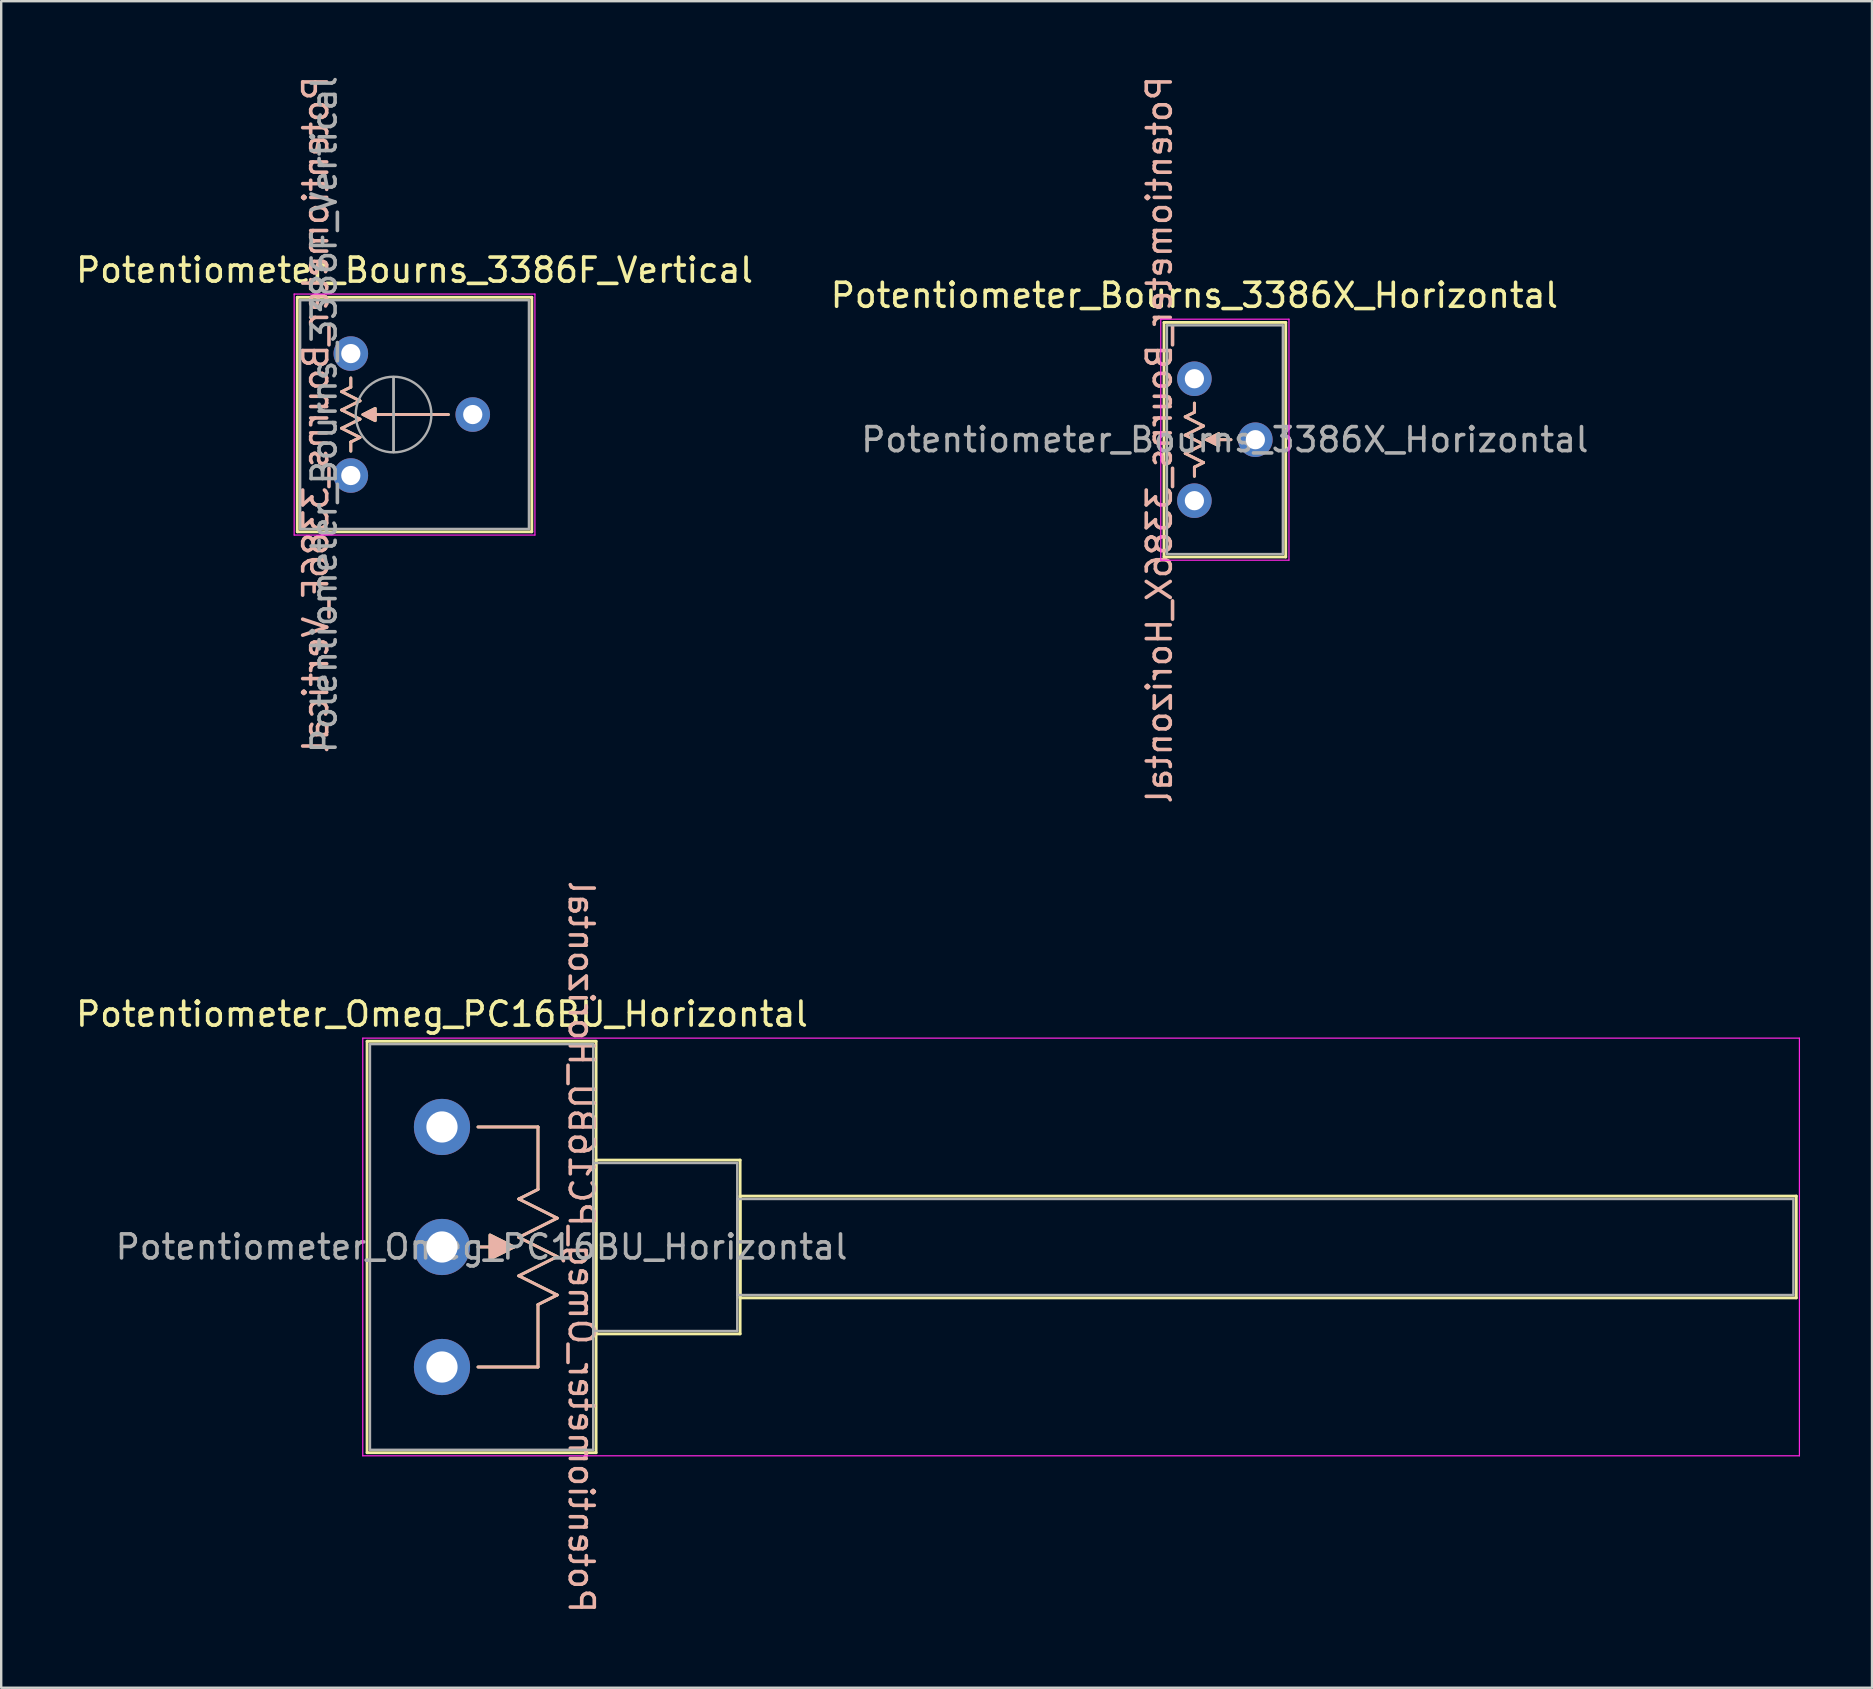
<source format=kicad_pcb>
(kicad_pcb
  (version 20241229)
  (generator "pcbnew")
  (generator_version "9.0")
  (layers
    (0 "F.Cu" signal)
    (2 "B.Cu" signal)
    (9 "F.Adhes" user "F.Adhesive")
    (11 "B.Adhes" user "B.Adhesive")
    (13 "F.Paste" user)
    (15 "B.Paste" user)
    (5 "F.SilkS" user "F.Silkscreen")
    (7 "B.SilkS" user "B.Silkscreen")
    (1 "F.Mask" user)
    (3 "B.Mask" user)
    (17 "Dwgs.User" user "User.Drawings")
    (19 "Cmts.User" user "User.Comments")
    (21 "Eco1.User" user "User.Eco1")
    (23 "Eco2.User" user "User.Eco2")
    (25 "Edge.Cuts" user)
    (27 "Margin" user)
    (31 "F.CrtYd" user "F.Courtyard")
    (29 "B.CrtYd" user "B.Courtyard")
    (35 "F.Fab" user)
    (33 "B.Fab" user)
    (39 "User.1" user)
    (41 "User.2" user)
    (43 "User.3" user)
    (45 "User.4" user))
  (footprint "Potentiometer_Bourns_3386X_Horizontal"
    (layer "F.Cu")
    (at 46.708 12.728)
    (property "Reference" "Potentiometer_Bourns_3386X_Horizontal" (at 0 -3.475 0) (layer "F.SilkS") (effects (font (size 1 1) (thickness 0.15))))
    (attr through_hole)
    (fp_line (start -1.265 -2.345) (end -1.265 7.425) (stroke (width 0.12) (type solid)) (layer "F.SilkS"))
    (fp_line (start -1.265 -2.345) (end 3.805 -2.345) (stroke (width 0.12) (type solid)) (layer "F.SilkS"))
    (fp_line (start -1.265 7.425) (end 3.805 7.425) (stroke (width 0.12) (type solid)) (layer "F.SilkS"))
    (fp_line (start -0.381 1.587) (end 0.381 1.968) (stroke (width 0.12) (type solid)) (layer "F.SilkS"))
    (fp_line (start -0.381 2.349) (end 0.381 2.731) (stroke (width 0.12) (type solid)) (layer "F.SilkS"))
    (fp_line (start -0.381 3.111) (end 0.381 3.493) (stroke (width 0.12) (type solid)) (layer "F.SilkS"))
    (fp_line (start 0 1.397) (end -0.381 1.587) (stroke (width 0.12) (type solid)) (layer "F.SilkS"))
    (fp_line (start 0 1.397) (end 0 1.016) (stroke (width 0.12) (type solid)) (layer "F.SilkS"))
    (fp_line (start 0 3.683) (end 0 4.064) (stroke (width 0.12) (type solid)) (layer "F.SilkS"))
    (fp_line (start 0.381 1.968) (end -0.381 2.349) (stroke (width 0.12) (type solid)) (layer "F.SilkS"))
    (fp_line (start 0.381 2.731) (end -0.381 3.111) (stroke (width 0.12) (type solid)) (layer "F.SilkS"))
    (fp_line (start 0.381 3.493) (end 0 3.683) (stroke (width 0.12) (type solid)) (layer "F.SilkS"))
    (fp_line (start 1.524 2.54) (end 0.508 2.54) (stroke (width 0.12) (type solid)) (layer "F.SilkS"))
    (fp_line (start 3.805 -2.345) (end 3.805 7.425) (stroke (width 0.12) (type solid)) (layer "F.SilkS"))
    (fp_poly (pts (xy 0.508 2.54) (xy 1.016 2.286) (xy 1.016 2.794)) (stroke (width 0.12) (type solid)) (fill yes) (layer "F.SilkS"))
    (fp_line (start -0.381 1.587) (end 0 1.397) (stroke (width 0.12) (type solid)) (layer "B.SilkS"))
    (fp_line (start -0.381 2.349) (end 0.381 1.968) (stroke (width 0.12) (type solid)) (layer "B.SilkS"))
    (fp_line (start -0.381 3.111) (end 0.381 2.731) (stroke (width 0.12) (type solid)) (layer "B.SilkS"))
    (fp_line (start 0 1.397) (end 0 1.016) (stroke (width 0.12) (type solid)) (layer "B.SilkS"))
    (fp_line (start 0 3.683) (end 0.381 3.493) (stroke (width 0.12) (type solid)) (layer "B.SilkS"))
    (fp_line (start 0 4.064) (end 0 3.683) (stroke (width 0.12) (type solid)) (layer "B.SilkS"))
    (fp_line (start 0.381 1.968) (end -0.381 1.587) (stroke (width 0.12) (type solid)) (layer "B.SilkS"))
    (fp_line (start 0.381 2.731) (end -0.381 2.349) (stroke (width 0.12) (type solid)) (layer "B.SilkS"))
    (fp_line (start 0.381 3.493) (end -0.381 3.111) (stroke (width 0.12) (type solid)) (layer "B.SilkS"))
    (fp_line (start 1.524 2.54) (end 0.508 2.54) (stroke (width 0.12) (type solid)) (layer "B.SilkS"))
    (fp_poly (pts (xy 0.508 2.54) (xy 1.016 2.286) (xy 1.016 2.794)) (stroke (width 0.12) (type solid)) (fill yes) (layer "B.SilkS"))
    (fp_line (start -1.4 -2.48) (end -1.4 7.56) (stroke (width 0.05) (type solid)) (layer "F.CrtYd"))
    (fp_line (start -1.4 7.56) (end 3.94 7.56) (stroke (width 0.05) (type solid)) (layer "F.CrtYd"))
    (fp_line (start 3.94 -2.48) (end -1.4 -2.48) (stroke (width 0.05) (type solid)) (layer "F.CrtYd"))
    (fp_line (start 3.94 7.56) (end 3.94 -2.48) (stroke (width 0.05) (type solid)) (layer "F.CrtYd"))
    (fp_line (start -1.145 -2.225) (end 3.685 -2.225) (stroke (width 0.1) (type solid)) (layer "F.Fab"))
    (fp_line (start -1.145 7.305) (end -1.145 -2.225) (stroke (width 0.1) (type solid)) (layer "F.Fab"))
    (fp_line (start 3.685 -2.225) (end 3.685 7.305) (stroke (width 0.1) (type solid)) (layer "F.Fab"))
    (fp_line (start 3.685 7.305) (end -1.145 7.305) (stroke (width 0.1) (type solid)) (layer "F.Fab"))
    (fp_text user "${REFERENCE}" (at -1.46 2.54 90) (unlocked yes) (layer "B.SilkS") (effects (font (size 1 1) (thickness 0.15)) (justify mirror)))
    (fp_text user "${REFERENCE}" (at 1.27 2.54 0) (layer "F.Fab") (effects (font (size 1 1) (thickness 0.15))))
    (pad "1" thru_hole circle (at 0 0) (size 1.44 1.44) (drill 0.8) (layers "*.Cu" "*.Mask"))
    (pad "2" thru_hole circle (at 2.54 2.54) (size 1.44 1.44) (drill 0.8) (layers "*.Cu" "*.Mask"))
    (pad "3" thru_hole circle (at 0 5.08) (size 1.44 1.44) (drill 0.8) (layers "*.Cu" "*.Mask")))
  (footprint "Potentiometer_Omeg_PC16BU_Horizontal"
    (layer "F.Cu")
    (at 15.363 53.899)
    (property "Reference" "Potentiometer_Omeg_PC16BU_Horizontal" (at 0 -14.7 0) (layer "F.SilkS") (effects (font (size 1 1) (thickness 0.15))))
    (attr through_hole)
    (fp_line (start -3.121 -13.57) (end -3.121 3.57) (stroke (width 0.12) (type solid)) (layer "F.SilkS"))
    (fp_line (start -3.121 -13.57) (end 6.42 -13.57) (stroke (width 0.12) (type solid)) (layer "F.SilkS"))
    (fp_line (start -3.121 3.57) (end 6.42 3.57) (stroke (width 0.12) (type solid)) (layer "F.SilkS"))
    (fp_line (start 1.5 0) (end 4 0) (stroke (width 0.12) (type solid)) (layer "F.SilkS"))
    (fp_line (start 3 -5) (end 1.5 -5) (stroke (width 0.12) (type solid)) (layer "F.SilkS"))
    (fp_line (start 3.2 -7) (end 4.8 -6.2) (stroke (width 0.12) (type solid)) (layer "F.SilkS"))
    (fp_line (start 3.2 -5.4) (end 4.8 -4.6) (stroke (width 0.12) (type solid)) (layer "F.SilkS"))
    (fp_line (start 3.2 -3.8) (end 4.8 -3) (stroke (width 0.12) (type solid)) (layer "F.SilkS"))
    (fp_line (start 4 -10) (end 1.5 -10) (stroke (width 0.12) (type solid)) (layer "F.SilkS"))
    (fp_line (start 4 -7.4) (end 3.2 -7) (stroke (width 0.12) (type solid)) (layer "F.SilkS"))
    (fp_line (start 4 -7.4) (end 4 -10) (stroke (width 0.12) (type solid)) (layer "F.SilkS"))
    (fp_line (start 4 0) (end 4 -2.6) (stroke (width 0.12) (type solid)) (layer "F.SilkS"))
    (fp_line (start 4.8 -6.2) (end 3.2 -5.4) (stroke (width 0.12) (type solid)) (layer "F.SilkS"))
    (fp_line (start 4.8 -4.6) (end 3.2 -3.8) (stroke (width 0.12) (type solid)) (layer "F.SilkS"))
    (fp_line (start 4.8 -3) (end 4 -2.6) (stroke (width 0.12) (type solid)) (layer "F.SilkS"))
    (fp_line (start 6.42 -13.57) (end 6.42 3.57) (stroke (width 0.12) (type solid)) (layer "F.SilkS"))
    (fp_line (start 6.42 -8.62) (end 6.42 -1.38) (stroke (width 0.12) (type solid)) (layer "F.SilkS"))
    (fp_line (start 6.42 -8.62) (end 12.42 -8.62) (stroke (width 0.12) (type solid)) (layer "F.SilkS"))
    (fp_line (start 6.42 -1.38) (end 12.42 -1.38) (stroke (width 0.12) (type solid)) (layer "F.SilkS"))
    (fp_line (start 12.42 -8.62) (end 12.42 -1.38) (stroke (width 0.12) (type solid)) (layer "F.SilkS"))
    (fp_line (start 12.42 -7.12) (end 12.42 -2.88) (stroke (width 0.12) (type solid)) (layer "F.SilkS"))
    (fp_line (start 12.42 -7.12) (end 56.42 -7.12) (stroke (width 0.12) (type solid)) (layer "F.SilkS"))
    (fp_line (start 12.42 -2.88) (end 56.42 -2.88) (stroke (width 0.12) (type solid)) (layer "F.SilkS"))
    (fp_line (start 56.42 -7.12) (end 56.42 -2.88) (stroke (width 0.12) (type solid)) (layer "F.SilkS"))
    (fp_poly (pts (xy 2 -5.5) (xy 3 -5) (xy 2 -4.5)) (stroke (width 0.12) (type solid)) (fill yes) (layer "F.SilkS"))
    (fp_line (start 1.5 -10) (end 4 -10) (stroke (width 0.12) (type solid)) (layer "B.SilkS"))
    (fp_line (start 1.5 -5) (end 3 -5) (stroke (width 0.12) (type solid)) (layer "B.SilkS"))
    (fp_line (start 3.2 -7) (end 4.8 -6.2) (stroke (width 0.12) (type solid)) (layer "B.SilkS"))
    (fp_line (start 3.2 -5.4) (end 4.8 -4.6) (stroke (width 0.12) (type solid)) (layer "B.SilkS"))
    (fp_line (start 3.2 -3.8) (end 4.8 -3) (stroke (width 0.12) (type solid)) (layer "B.SilkS"))
    (fp_line (start 4 -10) (end 4 -7.4) (stroke (width 0.12) (type solid)) (layer "B.SilkS"))
    (fp_line (start 4 -7.4) (end 3.2 -7) (stroke (width 0.12) (type solid)) (layer "B.SilkS"))
    (fp_line (start 4 -2.6) (end 4 0) (stroke (width 0.12) (type solid)) (layer "B.SilkS"))
    (fp_line (start 4 0) (end 1.5 0) (stroke (width 0.12) (type solid)) (layer "B.SilkS"))
    (fp_line (start 4.8 -6.2) (end 3.2 -5.4) (stroke (width 0.12) (type solid)) (layer "B.SilkS"))
    (fp_line (start 4.8 -4.6) (end 3.2 -3.8) (stroke (width 0.12) (type solid)) (layer "B.SilkS"))
    (fp_line (start 4.8 -3) (end 4 -2.6) (stroke (width 0.12) (type solid)) (layer "B.SilkS"))
    (fp_poly (pts (xy 3 -5) (xy 2 -4.5) (xy 2 -5.5)) (stroke (width 0.12) (type solid)) (fill yes) (layer "B.SilkS"))
    (fp_line (start -3.3 -13.7) (end -3.3 3.7) (stroke (width 0.05) (type solid)) (layer "F.CrtYd"))
    (fp_line (start -3.3 3.7) (end 56.55 3.7) (stroke (width 0.05) (type solid)) (layer "F.CrtYd"))
    (fp_line (start 56.55 -13.7) (end -3.3 -13.7) (stroke (width 0.05) (type solid)) (layer "F.CrtYd"))
    (fp_line (start 56.55 3.7) (end 56.55 -13.7) (stroke (width 0.05) (type solid)) (layer "F.CrtYd"))
    (fp_line (start -3 -13.45) (end -3 3.45) (stroke (width 0.1) (type solid)) (layer "F.Fab"))
    (fp_line (start -3 3.45) (end 6.3 3.45) (stroke (width 0.1) (type solid)) (layer "F.Fab"))
    (fp_line (start 6.3 -13.45) (end -3 -13.45) (stroke (width 0.1) (type solid)) (layer "F.Fab"))
    (fp_line (start 6.3 -8.5) (end 6.3 -1.5) (stroke (width 0.1) (type solid)) (layer "F.Fab"))
    (fp_line (start 6.3 -1.5) (end 12.3 -1.5) (stroke (width 0.1) (type solid)) (layer "F.Fab"))
    (fp_line (start 6.3 3.45) (end 6.3 -13.45) (stroke (width 0.1) (type solid)) (layer "F.Fab"))
    (fp_line (start 12.3 -8.5) (end 6.3 -8.5) (stroke (width 0.1) (type solid)) (layer "F.Fab"))
    (fp_line (start 12.3 -7) (end 12.3 -3) (stroke (width 0.1) (type solid)) (layer "F.Fab"))
    (fp_line (start 12.3 -3) (end 56.3 -3) (stroke (width 0.1) (type solid)) (layer "F.Fab"))
    (fp_line (start 12.3 -1.5) (end 12.3 -8.5) (stroke (width 0.1) (type solid)) (layer "F.Fab"))
    (fp_line (start 56.3 -7) (end 12.3 -7) (stroke (width 0.1) (type solid)) (layer "F.Fab"))
    (fp_line (start 56.3 -3) (end 56.3 -7) (stroke (width 0.1) (type solid)) (layer "F.Fab"))
    (fp_text user "${REFERENCE}" (at 5.8 -5 270) (unlocked yes) (layer "B.SilkS") (effects (font (size 1 1) (thickness 0.15)) (justify mirror)))
    (fp_text user "${REFERENCE}" (at 1.65 -5 0) (layer "F.Fab") (effects (font (size 1 1) (thickness 0.15))))
    (pad "1" thru_hole circle (at 0 0) (size 2.34 2.34) (drill 1.3) (layers "*.Cu" "*.Mask"))
    (pad "2" thru_hole circle (at 0 -5) (size 2.34 2.34) (drill 1.3) (layers "*.Cu" "*.Mask"))
    (pad "3" thru_hole circle (at 0 -10) (size 2.34 2.34) (drill 1.3) (layers "*.Cu" "*.Mask")))
  (footprint "Potentiometer_Bourns_3386F_Vertical"
    (layer "F.Cu")
    (at 11.565 16.76)
    (property "Reference" "Potentiometer_Bourns_3386F_Vertical" (at 2.655 -8.555 0) (layer "F.SilkS") (effects (font (size 1 1) (thickness 0.15))))
    (attr through_hole)
    (fp_line (start -2.23 -7.425) (end -2.23 2.345) (stroke (width 0.12) (type solid)) (layer "F.SilkS"))
    (fp_line (start -2.23 -7.425) (end 7.54 -7.425) (stroke (width 0.12) (type solid)) (layer "F.SilkS"))
    (fp_line (start -2.23 2.345) (end 7.54 2.345) (stroke (width 0.12) (type solid)) (layer "F.SilkS"))
    (fp_line (start -0.381 -3.493) (end 0.381 -3.111) (stroke (width 0.12) (type solid)) (layer "F.SilkS"))
    (fp_line (start -0.381 -2.731) (end 0.381 -2.349) (stroke (width 0.12) (type solid)) (layer "F.SilkS"))
    (fp_line (start -0.381 -1.968) (end 0.381 -1.587) (stroke (width 0.12) (type solid)) (layer "F.SilkS"))
    (fp_line (start 0 -3.683) (end -0.381 -3.493) (stroke (width 0.12) (type solid)) (layer "F.SilkS"))
    (fp_line (start 0 -3.683) (end 0 -4.064) (stroke (width 0.12) (type solid)) (layer "F.SilkS"))
    (fp_line (start 0 -1.397) (end 0 -1.016) (stroke (width 0.12) (type solid)) (layer "F.SilkS"))
    (fp_line (start 0.381 -3.111) (end -0.381 -2.731) (stroke (width 0.12) (type solid)) (layer "F.SilkS"))
    (fp_line (start 0.381 -2.349) (end -0.381 -1.968) (stroke (width 0.12) (type solid)) (layer "F.SilkS"))
    (fp_line (start 0.381 -1.587) (end 0 -1.397) (stroke (width 0.12) (type solid)) (layer "F.SilkS"))
    (fp_line (start 4.064 -2.54) (end 0.508 -2.54) (stroke (width 0.12) (type solid)) (layer "F.SilkS"))
    (fp_line (start 7.54 -7.425) (end 7.54 2.345) (stroke (width 0.12) (type solid)) (layer "F.SilkS"))
    (fp_poly (pts (xy 0.508 -2.54) (xy 1.016 -2.794) (xy 1.016 -2.286)) (stroke (width 0.12) (type solid)) (fill yes) (layer "F.SilkS"))
    (fp_line (start -0.381 -3.493) (end 0 -3.683) (stroke (width 0.12) (type solid)) (layer "B.SilkS"))
    (fp_line (start -0.381 -2.731) (end 0.381 -3.111) (stroke (width 0.12) (type solid)) (layer "B.SilkS"))
    (fp_line (start -0.381 -1.968) (end 0.381 -2.349) (stroke (width 0.12) (type solid)) (layer "B.SilkS"))
    (fp_line (start 0 -3.683) (end 0 -4.064) (stroke (width 0.12) (type solid)) (layer "B.SilkS"))
    (fp_line (start 0 -1.397) (end 0.381 -1.587) (stroke (width 0.12) (type solid)) (layer "B.SilkS"))
    (fp_line (start 0 -1.016) (end 0 -1.397) (stroke (width 0.12) (type solid)) (layer "B.SilkS"))
    (fp_line (start 0.381 -3.111) (end -0.381 -3.493) (stroke (width 0.12) (type solid)) (layer "B.SilkS"))
    (fp_line (start 0.381 -2.349) (end -0.381 -2.731) (stroke (width 0.12) (type solid)) (layer "B.SilkS"))
    (fp_line (start 0.381 -1.587) (end -0.381 -1.968) (stroke (width 0.12) (type solid)) (layer "B.SilkS"))
    (fp_line (start 4.064 -2.54) (end 0.508 -2.54) (stroke (width 0.12) (type solid)) (layer "B.SilkS"))
    (fp_poly (pts (xy 0.508 -2.54) (xy 1.016 -2.794) (xy 1.016 -2.286)) (stroke (width 0.12) (type solid)) (fill yes) (layer "B.SilkS"))
    (fp_line (start -2.36 -7.56) (end -2.36 2.48) (stroke (width 0.05) (type solid)) (layer "F.CrtYd"))
    (fp_line (start -2.36 2.48) (end 7.67 2.48) (stroke (width 0.05) (type solid)) (layer "F.CrtYd"))
    (fp_line (start 7.67 -7.56) (end -2.36 -7.56) (stroke (width 0.05) (type solid)) (layer "F.CrtYd"))
    (fp_line (start 7.67 2.48) (end 7.67 -7.56) (stroke (width 0.05) (type solid)) (layer "F.CrtYd"))
    (fp_line (start -2.11 -7.305) (end -2.11 2.225) (stroke (width 0.1) (type solid)) (layer "F.Fab"))
    (fp_line (start -2.11 2.225) (end 7.42 2.225) (stroke (width 0.1) (type solid)) (layer "F.Fab"))
    (fp_line (start 1.781 -0.98) (end 1.781 -4.099) (stroke (width 0.1) (type solid)) (layer "F.Fab"))
    (fp_line (start 1.781 -0.98) (end 1.781 -4.099) (stroke (width 0.1) (type solid)) (layer "F.Fab"))
    (fp_line (start 7.42 -7.305) (end -2.11 -7.305) (stroke (width 0.1) (type solid)) (layer "F.Fab"))
    (fp_line (start 7.42 2.225) (end 7.42 -7.305) (stroke (width 0.1) (type solid)) (layer "F.Fab"))
    (fp_circle (center 1.781 -2.54) (end 3.356 -2.54) (stroke (width 0.1) (type solid)) (fill no) (layer "F.Fab"))
    (fp_text user "${REFERENCE}" (at -1.46 -2.54 90) (unlocked yes) (layer "B.SilkS") (effects (font (size 1 1) (thickness 0.15)) (justify mirror)))
    (fp_text user "${REFERENCE}" (at -1.11 -2.54 90) (layer "F.Fab") (effects (font (size 1 1) (thickness 0.15))))
    (pad "1" thru_hole circle (at 0 0) (size 1.44 1.44) (drill 0.8) (layers "*.Cu" "*.Mask"))
    (pad "2" thru_hole circle (at 5.08 -2.54) (size 1.44 1.44) (drill 0.8) (layers "*.Cu" "*.Mask"))
    (pad "3" thru_hole circle (at 0 -5.08) (size 1.44 1.44) (drill 0.8) (layers "*.Cu" "*.Mask")))
  (gr_rect
    (start -3 -3)
    (end 74.938 67.262)
    (stroke (width 0.1) (type default))
    (fill no)
    (layer "Edge.Cuts")))
</source>
